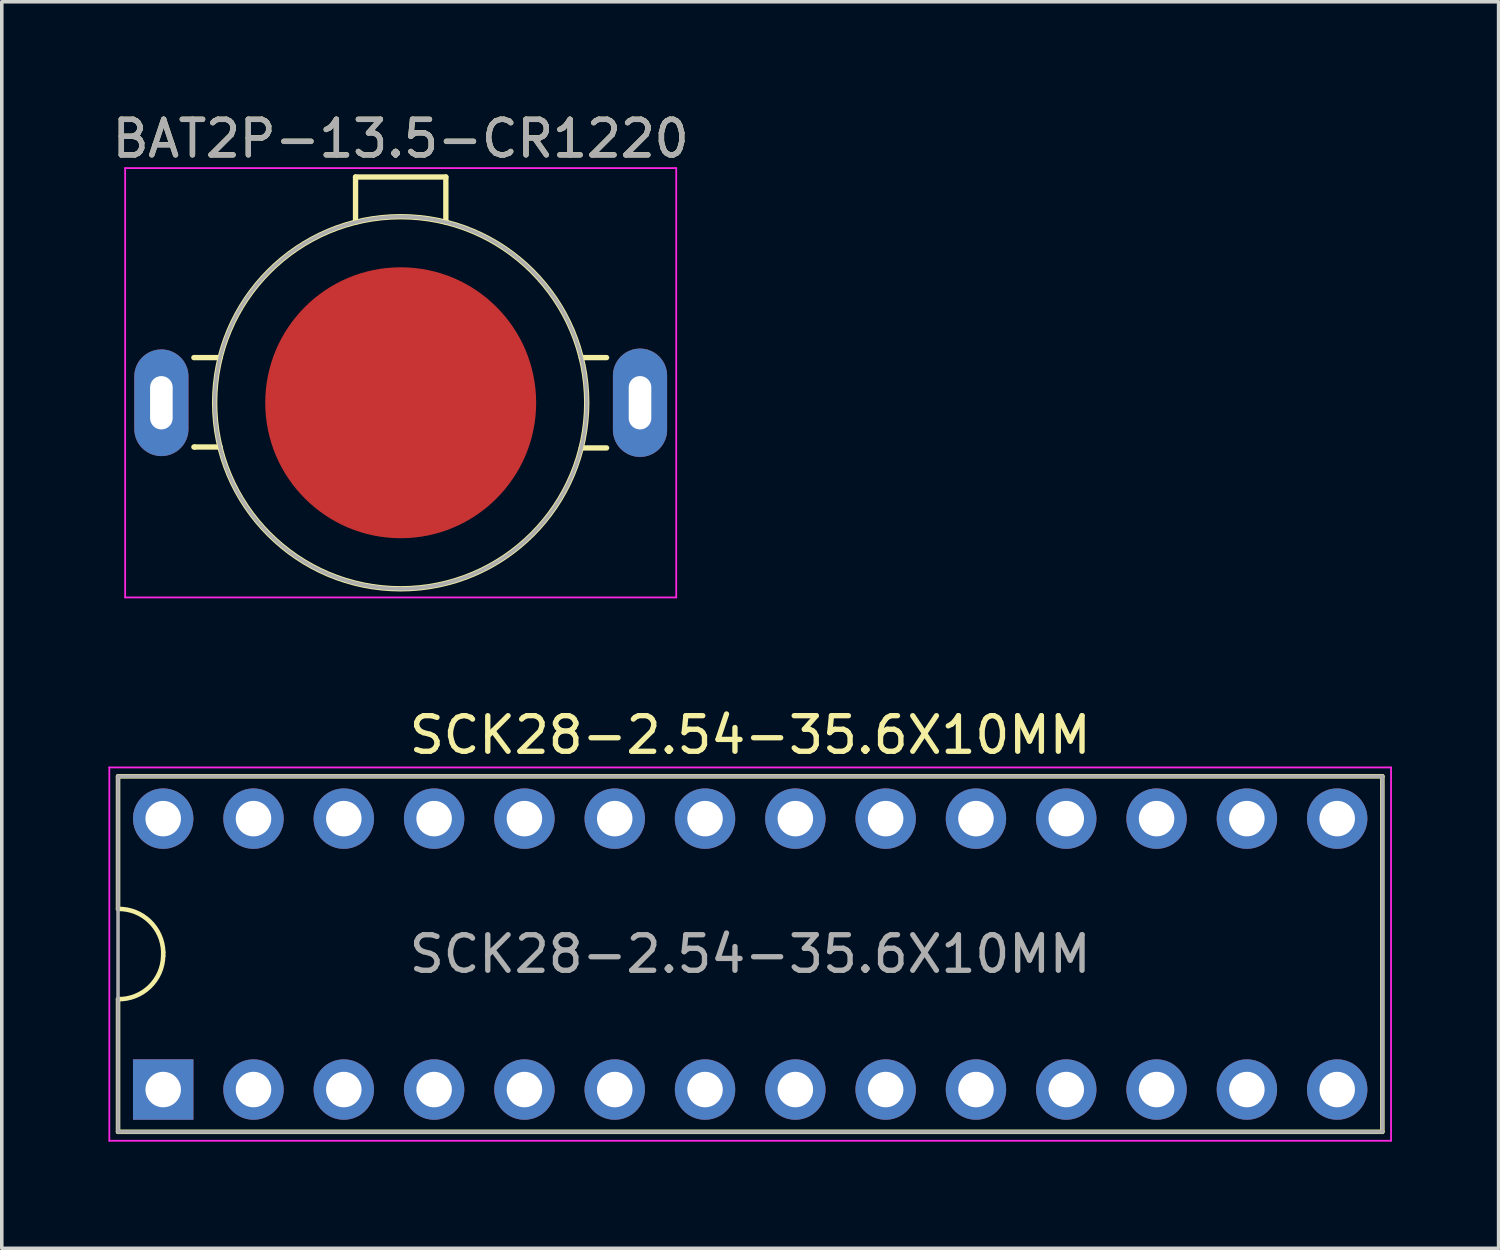
<source format=kicad_pcb>
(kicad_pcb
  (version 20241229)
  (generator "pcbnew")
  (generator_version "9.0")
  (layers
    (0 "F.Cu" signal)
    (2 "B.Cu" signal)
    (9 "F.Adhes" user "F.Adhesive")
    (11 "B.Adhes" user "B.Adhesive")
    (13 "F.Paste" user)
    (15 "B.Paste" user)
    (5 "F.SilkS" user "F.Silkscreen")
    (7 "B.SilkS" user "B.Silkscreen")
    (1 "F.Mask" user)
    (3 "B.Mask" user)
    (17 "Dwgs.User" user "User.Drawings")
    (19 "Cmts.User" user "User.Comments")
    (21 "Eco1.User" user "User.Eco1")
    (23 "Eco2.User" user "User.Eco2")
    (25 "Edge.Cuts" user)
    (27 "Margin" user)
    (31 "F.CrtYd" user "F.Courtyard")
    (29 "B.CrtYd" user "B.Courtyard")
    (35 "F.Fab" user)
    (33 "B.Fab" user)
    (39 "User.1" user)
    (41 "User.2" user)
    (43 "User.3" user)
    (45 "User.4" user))
  (footprint "SCK28-2.54-35.6X10MM"
    (layer "F.Cu")
    (at 18.05 23.785)
    (property "Reference" "SCK28-2.54-35.6X10MM" (at 0 -6.16 0) (layer "F.SilkS") (effects (font (size 1 1) (thickness 0.15))))
    (attr exclude_from_pos_files exclude_from_bom)
    (fp_line (start -17.78 -4.999) (end 17.78 -4.999) (stroke (width 0.127) (type solid)) (layer "F.SilkS"))
    (fp_line (start -17.78 -1.27) (end -17.78 -4.999) (stroke (width 0.127) (type solid)) (layer "F.SilkS"))
    (fp_line (start -17.78 4.999) (end -17.78 1.27) (stroke (width 0.127) (type solid)) (layer "F.SilkS"))
    (fp_line (start -16.51 -0.048) (end -16.51 0.048) (stroke (width 0.127) (type solid)) (layer "F.SilkS"))
    (fp_line (start 17.78 -4.999) (end 17.78 4.999) (stroke (width 0.127) (type solid)) (layer "F.SilkS"))
    (fp_line (start 17.78 4.999) (end -17.78 4.999) (stroke (width 0.127) (type solid)) (layer "F.SilkS"))
    (fp_arc (start -17.78 -1.27) (mid -16.890699 -0.922682) (end -16.50746 -0.04826) (stroke (width 0.127) (type solid)) (layer "F.SilkS"))
    (fp_arc (start -16.51 0.04826) (mid -16.892495 0.920886) (end -17.78 1.26746) (stroke (width 0.127) (type solid)) (layer "F.SilkS"))
    (fp_line (start -18.025 -5.25) (end -18.025 5.25) (stroke (width 0.05) (type solid)) (layer "F.CrtYd"))
    (fp_line (start -18.025 5.25) (end 18.025 5.25) (stroke (width 0.05) (type solid)) (layer "F.CrtYd"))
    (fp_line (start 18.025 -5.25) (end -18.025 -5.25) (stroke (width 0.05) (type solid)) (layer "F.CrtYd"))
    (fp_line (start 18.025 5.25) (end 18.025 -5.25) (stroke (width 0.05) (type solid)) (layer "F.CrtYd"))
    (fp_line (start -17.78 -5) (end 17.78 -5) (stroke (width 0.1) (type solid)) (layer "F.Fab"))
    (fp_line (start -17.78 5) (end -17.78 -5) (stroke (width 0.1) (type solid)) (layer "F.Fab"))
    (fp_line (start -17.78 5) (end 17.78 5) (stroke (width 0.1) (type solid)) (layer "F.Fab"))
    (fp_line (start 17.78 5) (end 17.78 -5) (stroke (width 0.1) (type solid)) (layer "F.Fab"))
    (fp_text user "${REFERENCE}" (at 0 0 0) (layer "F.Fab") (effects (font (size 1 1) (thickness 0.15))))
    (pad "1" thru_hole rect (at -16.51 3.81) (size 1.699 1.699) (drill 0.998) (layers "*.Cu" "*.Mask"))
    (pad "2" thru_hole circle (at -13.97 3.81) (size 1.699 1.699) (drill 0.998) (layers "*.Cu" "*.Mask"))
    (pad "3" thru_hole circle (at -11.43 3.81) (size 1.699 1.699) (drill 0.998) (layers "*.Cu" "*.Mask"))
    (pad "4" thru_hole circle (at -8.89 3.81) (size 1.699 1.699) (drill 0.998) (layers "*.Cu" "*.Mask"))
    (pad "5" thru_hole circle (at -6.35 3.81) (size 1.699 1.699) (drill 0.998) (layers "*.Cu" "*.Mask"))
    (pad "6" thru_hole circle (at -3.81 3.81) (size 1.699 1.699) (drill 0.998) (layers "*.Cu" "*.Mask"))
    (pad "7" thru_hole circle (at -1.27 3.81) (size 1.699 1.699) (drill 0.998) (layers "*.Cu" "*.Mask"))
    (pad "8" thru_hole circle (at 1.27 3.81) (size 1.699 1.699) (drill 0.998) (layers "*.Cu" "*.Mask"))
    (pad "9" thru_hole circle (at 3.81 3.81) (size 1.699 1.699) (drill 0.998) (layers "*.Cu" "*.Mask"))
    (pad "10" thru_hole circle (at 6.35 3.81) (size 1.699 1.699) (drill 0.998) (layers "*.Cu" "*.Mask"))
    (pad "11" thru_hole circle (at 8.89 3.81) (size 1.699 1.699) (drill 0.998) (layers "*.Cu" "*.Mask"))
    (pad "12" thru_hole circle (at 11.43 3.81) (size 1.699 1.699) (drill 0.998) (layers "*.Cu" "*.Mask"))
    (pad "13" thru_hole circle (at 13.97 3.81) (size 1.699 1.699) (drill 0.998) (layers "*.Cu" "*.Mask"))
    (pad "14" thru_hole circle (at 16.51 3.81) (size 1.699 1.699) (drill 0.998) (layers "*.Cu" "*.Mask"))
    (pad "15" thru_hole circle (at 16.51 -3.81) (size 1.699 1.699) (drill 0.998) (layers "*.Cu" "*.Mask"))
    (pad "16" thru_hole circle (at 13.97 -3.81) (size 1.699 1.699) (drill 0.998) (layers "*.Cu" "*.Mask"))
    (pad "17" thru_hole circle (at 11.43 -3.81) (size 1.699 1.699) (drill 0.998) (layers "*.Cu" "*.Mask"))
    (pad "18" thru_hole circle (at 8.89 -3.81) (size 1.699 1.699) (drill 0.998) (layers "*.Cu" "*.Mask"))
    (pad "19" thru_hole circle (at 6.35 -3.81) (size 1.699 1.699) (drill 0.998) (layers "*.Cu" "*.Mask"))
    (pad "20" thru_hole circle (at 3.81 -3.81) (size 1.699 1.699) (drill 0.998) (layers "*.Cu" "*.Mask"))
    (pad "21" thru_hole circle (at 1.27 -3.81) (size 1.699 1.699) (drill 0.998) (layers "*.Cu" "*.Mask"))
    (pad "22" thru_hole circle (at -1.27 -3.81) (size 1.699 1.699) (drill 0.998) (layers "*.Cu" "*.Mask"))
    (pad "23" thru_hole circle (at -3.81 -3.81) (size 1.699 1.699) (drill 0.998) (layers "*.Cu" "*.Mask"))
    (pad "24" thru_hole circle (at -6.35 -3.81) (size 1.699 1.699) (drill 0.998) (layers "*.Cu" "*.Mask"))
    (pad "25" thru_hole circle (at -8.89 -3.81) (size 1.699 1.699) (drill 0.998) (layers "*.Cu" "*.Mask"))
    (pad "26" thru_hole circle (at -11.43 -3.81) (size 1.699 1.699) (drill 0.998) (layers "*.Cu" "*.Mask"))
    (pad "27" thru_hole circle (at -13.97 -3.81) (size 1.699 1.699) (drill 0.998) (layers "*.Cu" "*.Mask"))
    (pad "28" thru_hole circle (at -16.51 -3.81) (size 1.699 1.699) (drill 0.998) (layers "*.Cu" "*.Mask")))
  (footprint "BAT2P-13.5-CR1220"
    (layer "F.Cu")
    (at 8.22 8.278)
    (property "Reference" "BAT2P-13.5-CR1220" (at 0 -7.429 0) (layer "F.SilkS") (effects (font (size 1 1) (thickness 0.15))))
    (attr smd)
    (fp_line (start -5.817 -1.27) (end -5.08 -1.27) (stroke (width 0.15) (type solid)) (layer "F.SilkS"))
    (fp_line (start -5.791 1.245) (end -5.817 1.245) (stroke (width 0.15) (type solid)) (layer "F.SilkS"))
    (fp_line (start -5.08 1.245) (end -5.791 1.245) (stroke (width 0.15) (type solid)) (layer "F.SilkS"))
    (fp_line (start -1.27 -6.35) (end 1.27 -6.35) (stroke (width 0.15) (type solid)) (layer "F.SilkS"))
    (fp_line (start -1.27 -5.08) (end -1.27 -6.35) (stroke (width 0.15) (type solid)) (layer "F.SilkS"))
    (fp_line (start 1.27 -6.35) (end 1.27 -5.08) (stroke (width 0.15) (type solid)) (layer "F.SilkS"))
    (fp_line (start 5.08 -1.27) (end 5.791 -1.27) (stroke (width 0.15) (type solid)) (layer "F.SilkS"))
    (fp_line (start 5.791 1.27) (end 5.08 1.27) (stroke (width 0.15) (type solid)) (layer "F.SilkS"))
    (fp_circle (center 0 0) (end 3.7 -3.7) (stroke (width 0.15) (type solid)) (fill no) (layer "F.SilkS"))
    (fp_line (start -7.75 -6.6) (end 7.75 -6.6) (stroke (width 0.05) (type solid)) (layer "F.CrtYd"))
    (fp_line (start -7.75 5.475) (end -7.75 -6.6) (stroke (width 0.05) (type solid)) (layer "F.CrtYd"))
    (fp_line (start 7.75 -6.6) (end 7.75 5.475) (stroke (width 0.05) (type solid)) (layer "F.CrtYd"))
    (fp_line (start 7.75 5.475) (end -7.75 5.475) (stroke (width 0.05) (type solid)) (layer "F.CrtYd"))
    (fp_circle (center 0 0) (end 5.233 0) (stroke (width 0.1) (type solid)) (fill no) (layer "F.Fab"))
    (fp_text user "${REFERENCE}" (at 0 -7.425 0) (layer "F.Fab") (effects (font (size 1 1) (thickness 0.15))))
    (pad "1" thru_hole oval (at 6.731 0 180) (size 1.524 3.048) (drill oval 0.635 1.5) (layers "*.Cu" "*.Mask"))
    (pad "2" thru_hole oval (at -6.731 0 180) (size 1.524 3) (drill oval 0.635 1.5) (layers "*.Cu" "*.Mask"))
    (pad "3" smd circle (at 0 0) (size 7.62 7.62) (layers "F.Cu" "F.Mask" "F.Paste")))
  (gr_rect
    (start -3 -3)
    (end 39.1 32.06)
    (stroke (width 0.1) (type default))
    (fill no)
    (layer "Edge.Cuts")))
</source>
